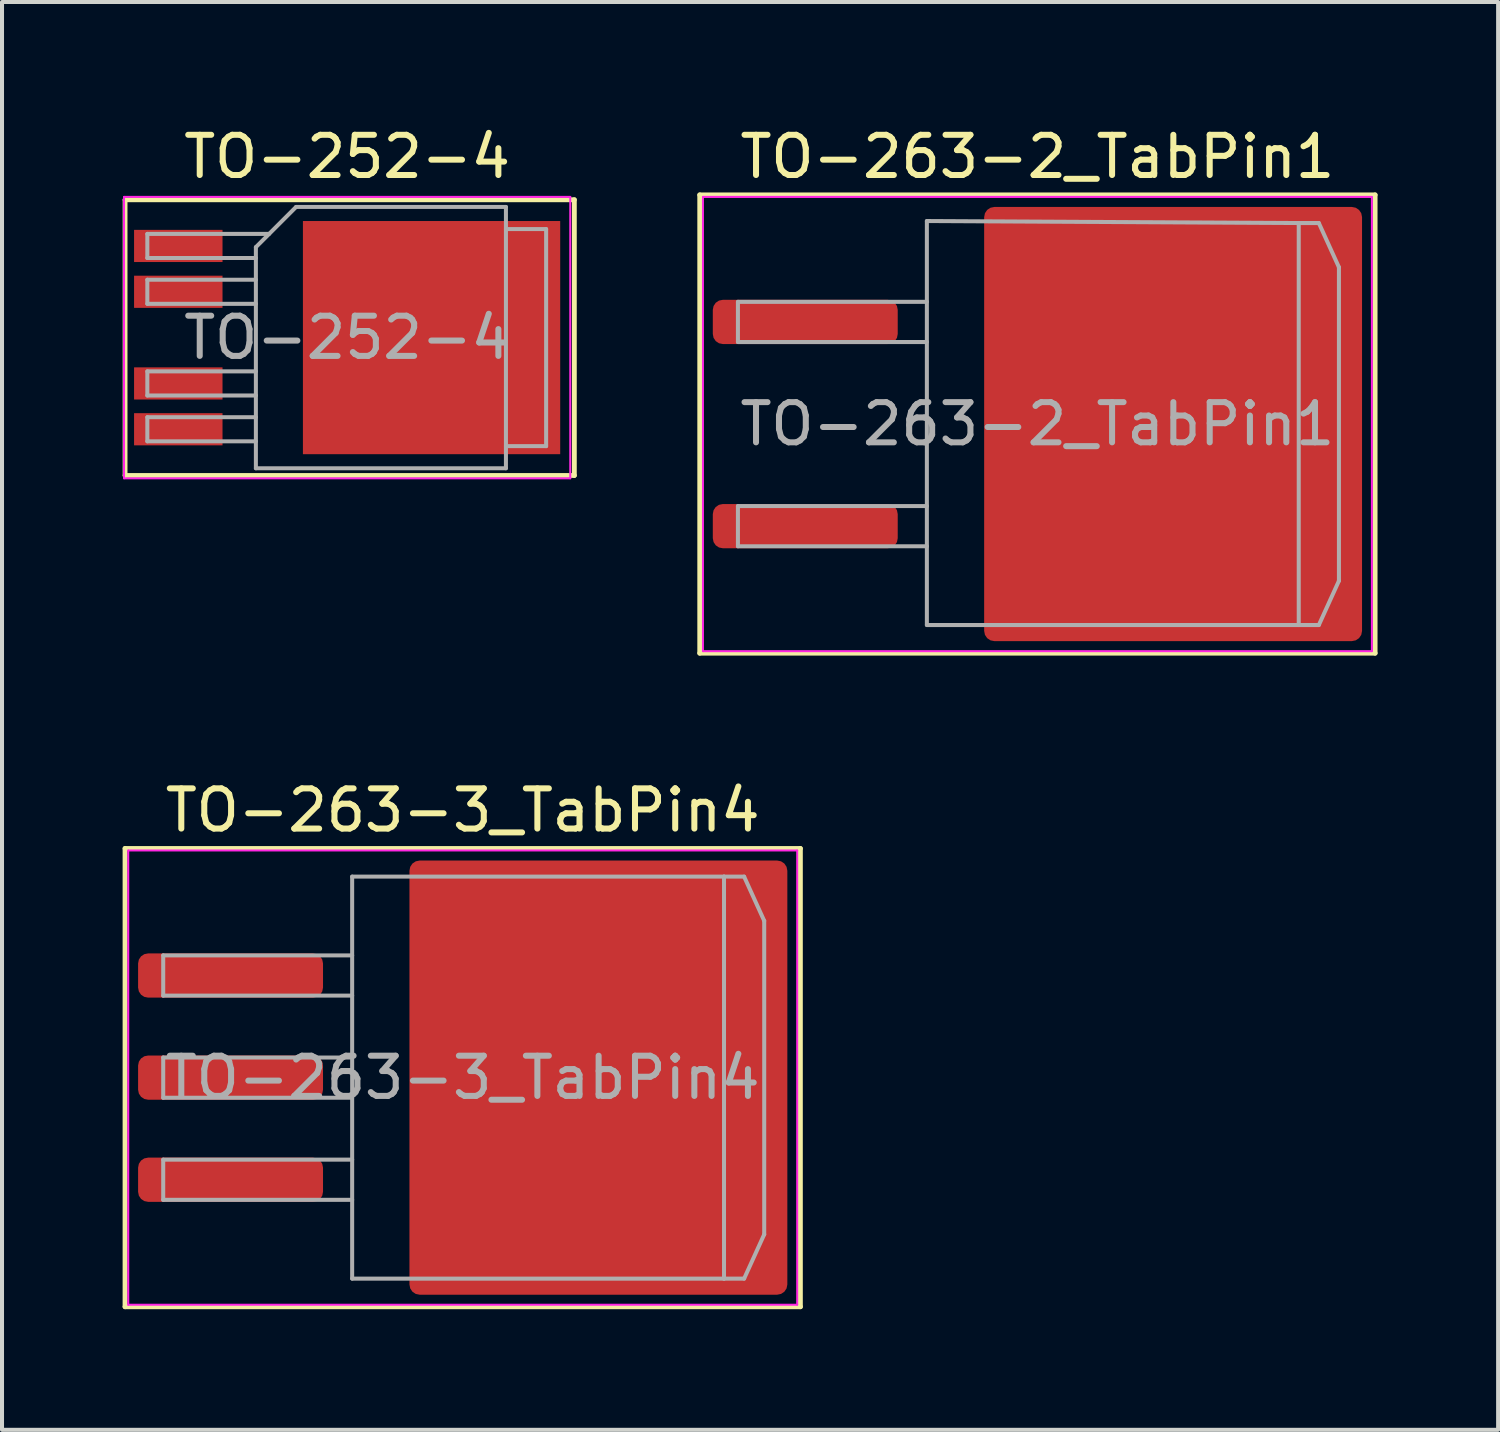
<source format=kicad_pcb>
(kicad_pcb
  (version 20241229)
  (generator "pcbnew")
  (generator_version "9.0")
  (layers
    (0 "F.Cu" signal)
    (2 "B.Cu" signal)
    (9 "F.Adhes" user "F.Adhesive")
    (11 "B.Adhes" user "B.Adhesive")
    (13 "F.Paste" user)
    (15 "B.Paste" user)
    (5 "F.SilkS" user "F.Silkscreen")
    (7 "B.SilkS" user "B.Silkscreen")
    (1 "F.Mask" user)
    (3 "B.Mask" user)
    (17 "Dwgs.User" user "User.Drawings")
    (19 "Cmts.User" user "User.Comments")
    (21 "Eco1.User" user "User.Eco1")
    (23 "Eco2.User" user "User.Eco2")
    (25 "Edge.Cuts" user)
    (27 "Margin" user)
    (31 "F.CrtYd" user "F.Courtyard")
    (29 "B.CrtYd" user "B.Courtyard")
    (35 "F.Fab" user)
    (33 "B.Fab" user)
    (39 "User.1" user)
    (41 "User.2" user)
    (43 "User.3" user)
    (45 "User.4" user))
  (footprint "TO-263-3_TabPin4"
    (layer "F.Cu")
    (at 8.46 23.756)
    (property "Reference" "TO-263-3_TabPin4" (at 0 -6.65 0) (layer "F.SilkS") (effects (font (size 1 1) (thickness 0.15))))
    (attr smd)
    (fp_line (start -8.4 -5.7) (end -8.4 5.7) (stroke (width 0.12) (type solid)) (layer "F.SilkS"))
    (fp_line (start -8.4 5.7) (end 8.4 5.7) (stroke (width 0.12) (type solid)) (layer "F.SilkS"))
    (fp_line (start 8.4 -5.7) (end -8.4 -5.7) (stroke (width 0.12) (type solid)) (layer "F.SilkS"))
    (fp_line (start 8.4 5.7) (end 8.4 -5.7) (stroke (width 0.12) (type solid)) (layer "F.SilkS"))
    (fp_line (start -8.32 -5.65) (end -8.32 5.65) (stroke (width 0.05) (type solid)) (layer "F.CrtYd"))
    (fp_line (start -8.32 5.65) (end 8.32 5.65) (stroke (width 0.05) (type solid)) (layer "F.CrtYd"))
    (fp_line (start 8.32 -5.65) (end -8.32 -5.65) (stroke (width 0.05) (type solid)) (layer "F.CrtYd"))
    (fp_line (start 8.32 5.65) (end 8.32 -5.65) (stroke (width 0.05) (type solid)) (layer "F.CrtYd"))
    (fp_line (start -7.45 -3.04) (end -7.45 -2.04) (stroke (width 0.1) (type solid)) (layer "F.Fab"))
    (fp_line (start -7.45 -2.04) (end -2.75 -2.04) (stroke (width 0.1) (type solid)) (layer "F.Fab"))
    (fp_line (start -7.45 -0.5) (end -7.45 0.5) (stroke (width 0.1) (type solid)) (layer "F.Fab"))
    (fp_line (start -7.45 0.5) (end -2.75 0.5) (stroke (width 0.1) (type solid)) (layer "F.Fab"))
    (fp_line (start -7.45 2.04) (end -7.45 3.04) (stroke (width 0.1) (type solid)) (layer "F.Fab"))
    (fp_line (start -7.45 3.04) (end -2.75 3.04) (stroke (width 0.1) (type solid)) (layer "F.Fab"))
    (fp_line (start -2.75 -5) (end 6.5 -5) (stroke (width 0.1) (type solid)) (layer "F.Fab"))
    (fp_line (start -2.75 -3.04) (end -7.45 -3.04) (stroke (width 0.1) (type solid)) (layer "F.Fab"))
    (fp_line (start -2.75 -0.5) (end -7.45 -0.5) (stroke (width 0.1) (type solid)) (layer "F.Fab"))
    (fp_line (start -2.75 2.04) (end -7.45 2.04) (stroke (width 0.1) (type solid)) (layer "F.Fab"))
    (fp_line (start -2.75 5) (end -2.75 -5) (stroke (width 0.1) (type solid)) (layer "F.Fab"))
    (fp_line (start 6.5 -5) (end 6.5 5) (stroke (width 0.1) (type solid)) (layer "F.Fab"))
    (fp_line (start 6.5 -5) (end 7 -5) (stroke (width 0.1) (type solid)) (layer "F.Fab"))
    (fp_line (start 6.5 5) (end -2.75 5) (stroke (width 0.1) (type solid)) (layer "F.Fab"))
    (fp_line (start 6.5 5) (end 7 5) (stroke (width 0.1) (type solid)) (layer "F.Fab"))
    (fp_line (start 7 -5) (end 7.5 -3.9) (stroke (width 0.1) (type solid)) (layer "F.Fab"))
    (fp_line (start 7 5) (end 7.5 3.9) (stroke (width 0.1) (type solid)) (layer "F.Fab"))
    (fp_line (start 7.5 -3.9) (end 7.5 3.9) (stroke (width 0.1) (type solid)) (layer "F.Fab"))
    (fp_text user "${REFERENCE}" (at 0 0 0) (layer "F.Fab") (effects (font (size 1 1) (thickness 0.15))))
    (pad "" smd roundrect (at -0.1 -3.9) (size 2 2.3) (layers "F.Paste") (roundrect_rratio 0.125))
    (pad "" smd roundrect (at -0.1 -1.3) (size 2 2.3) (layers "F.Paste") (roundrect_rratio 0.125))
    (pad "" smd roundrect (at -0.1 1.3) (size 2 2.3) (layers "F.Paste") (roundrect_rratio 0.125))
    (pad "" smd roundrect (at -0.1 3.9) (size 2 2.3) (layers "F.Paste") (roundrect_rratio 0.125))
    (pad "" smd roundrect (at 2.2 -3.9) (size 2 2.3) (layers "F.Paste") (roundrect_rratio 0.125))
    (pad "" smd roundrect (at 2.2 -1.3) (size 2 2.3) (layers "F.Paste") (roundrect_rratio 0.125))
    (pad "" smd roundrect (at 2.2 1.3) (size 2 2.3) (layers "F.Paste") (roundrect_rratio 0.125))
    (pad "" smd roundrect (at 2.2 3.9) (size 2 2.3) (layers "F.Paste") (roundrect_rratio 0.125))
    (pad "" smd roundrect (at 4.5 -3.9) (size 2 2.3) (layers "F.Paste") (roundrect_rratio 0.125))
    (pad "" smd roundrect (at 4.5 -1.3) (size 2 2.3) (layers "F.Paste") (roundrect_rratio 0.125))
    (pad "" smd roundrect (at 4.5 1.3) (size 2 2.3) (layers "F.Paste") (roundrect_rratio 0.125))
    (pad "" smd roundrect (at 4.5 3.9) (size 2 2.3) (layers "F.Paste") (roundrect_rratio 0.125))
    (pad "" smd roundrect (at 6.8 -3.9) (size 2 2.3) (layers "F.Paste") (roundrect_rratio 0.125))
    (pad "" smd roundrect (at 6.8 -1.3) (size 2 2.3) (layers "F.Paste") (roundrect_rratio 0.125))
    (pad "" smd roundrect (at 6.8 1.3) (size 2 2.3) (layers "F.Paste") (roundrect_rratio 0.125))
    (pad "" smd roundrect (at 6.8 3.9) (size 2 2.3) (layers "F.Paste") (roundrect_rratio 0.125))
    (pad "1" smd roundrect (at -5.775 -2.54) (size 4.6 1.1) (layers "F.Cu" "F.Mask" "F.Paste") (roundrect_rratio 0.227))
    (pad "2" smd roundrect (at -5.775 0) (size 4.6 1.1) (layers "F.Cu" "F.Mask" "F.Paste") (roundrect_rratio 0.227))
    (pad "3" smd roundrect (at -5.775 2.54) (size 4.6 1.1) (layers "F.Cu" "F.Mask" "F.Paste") (roundrect_rratio 0.227))
    (pad "4" smd roundrect (at 3.375 0) (size 9.4 10.8) (layers "F.Cu" "F.Mask") (roundrect_rratio 0.027)))
  (footprint "TO-252-4"
    (layer "F.Cu")
    (at 5.585 5.348)
    (property "Reference" "TO-252-4" (at 0 -4.5 0) (layer "F.SilkS") (effects (font (size 1 1) (thickness 0.15))))
    (attr smd)
    (fp_line (start -5.524 -3.429) (end -5.524 3.429) (stroke (width 0.12) (type solid)) (layer "F.SilkS"))
    (fp_line (start -5.524 3.429) (end 5.652 3.429) (stroke (width 0.12) (type solid)) (layer "F.SilkS"))
    (fp_line (start 5.652 -3.429) (end -5.524 -3.429) (stroke (width 0.12) (type solid)) (layer "F.SilkS"))
    (fp_line (start 5.652 3.429) (end 5.652 -3.429) (stroke (width 0.12) (type solid)) (layer "F.SilkS"))
    (fp_line (start -5.55 -3.5) (end -5.55 3.5) (stroke (width 0.05) (type solid)) (layer "F.CrtYd"))
    (fp_line (start -5.55 3.5) (end 5.55 3.5) (stroke (width 0.05) (type solid)) (layer "F.CrtYd"))
    (fp_line (start 5.55 -3.5) (end -5.55 -3.5) (stroke (width 0.05) (type solid)) (layer "F.CrtYd"))
    (fp_line (start 5.55 3.5) (end 5.55 -3.5) (stroke (width 0.05) (type solid)) (layer "F.CrtYd"))
    (fp_line (start -4.97 -2.58) (end -4.97 -1.98) (stroke (width 0.1) (type solid)) (layer "F.Fab"))
    (fp_line (start -4.97 -1.98) (end -2.27 -1.98) (stroke (width 0.1) (type solid)) (layer "F.Fab"))
    (fp_line (start -4.97 -1.44) (end -4.97 -0.84) (stroke (width 0.1) (type solid)) (layer "F.Fab"))
    (fp_line (start -4.97 -0.84) (end -2.27 -0.84) (stroke (width 0.1) (type solid)) (layer "F.Fab"))
    (fp_line (start -4.97 0.84) (end -4.97 1.44) (stroke (width 0.1) (type solid)) (layer "F.Fab"))
    (fp_line (start -4.97 1.44) (end -2.27 1.44) (stroke (width 0.1) (type solid)) (layer "F.Fab"))
    (fp_line (start -4.97 1.98) (end -4.97 2.58) (stroke (width 0.1) (type solid)) (layer "F.Fab"))
    (fp_line (start -4.97 2.58) (end -2.27 2.58) (stroke (width 0.1) (type solid)) (layer "F.Fab"))
    (fp_line (start -2.27 -2.25) (end -1.27 -3.25) (stroke (width 0.1) (type solid)) (layer "F.Fab"))
    (fp_line (start -2.27 -1.44) (end -4.97 -1.44) (stroke (width 0.1) (type solid)) (layer "F.Fab"))
    (fp_line (start -2.27 0.84) (end -4.97 0.84) (stroke (width 0.1) (type solid)) (layer "F.Fab"))
    (fp_line (start -2.27 1.98) (end -4.97 1.98) (stroke (width 0.1) (type solid)) (layer "F.Fab"))
    (fp_line (start -2.27 3.25) (end -2.27 -2.25) (stroke (width 0.1) (type solid)) (layer "F.Fab"))
    (fp_line (start -1.94 -2.58) (end -4.97 -2.58) (stroke (width 0.1) (type solid)) (layer "F.Fab"))
    (fp_line (start -1.27 -3.25) (end 3.95 -3.25) (stroke (width 0.1) (type solid)) (layer "F.Fab"))
    (fp_line (start 3.95 -3.25) (end 3.95 3.25) (stroke (width 0.1) (type solid)) (layer "F.Fab"))
    (fp_line (start 3.95 -2.7) (end 4.95 -2.7) (stroke (width 0.1) (type solid)) (layer "F.Fab"))
    (fp_line (start 3.95 3.25) (end -2.27 3.25) (stroke (width 0.1) (type solid)) (layer "F.Fab"))
    (fp_line (start 4.95 -2.7) (end 4.95 2.7) (stroke (width 0.1) (type solid)) (layer "F.Fab"))
    (fp_line (start 4.95 2.7) (end 3.95 2.7) (stroke (width 0.1) (type solid)) (layer "F.Fab"))
    (fp_text user "${REFERENCE}" (at 0 0 0) (layer "F.Fab") (effects (font (size 1 1) (thickness 0.15))))
    (pad "" smd rect (at 0.425 -1.525) (size 3.05 2.75) (layers "F.Paste"))
    (pad "" smd rect (at 0.425 1.525) (size 3.05 2.75) (layers "F.Paste"))
    (pad "" smd rect (at 3.775 -1.525) (size 3.05 2.75) (layers "F.Paste"))
    (pad "" smd rect (at 3.775 1.525) (size 3.05 2.75) (layers "F.Paste"))
    (pad "1" smd rect (at -4.2 -2.28) (size 2.2 0.8) (layers "F.Cu" "F.Mask" "F.Paste"))
    (pad "2" smd rect (at -4.2 -1.14) (size 2.2 0.8) (layers "F.Cu" "F.Mask" "F.Paste"))
    (pad "3" smd rect (at 2.1 0) (size 6.4 5.8) (layers "F.Cu" "F.Mask"))
    (pad "4" smd rect (at -4.2 1.14) (size 2.2 0.8) (layers "F.Cu" "F.Mask" "F.Paste"))
    (pad "5" smd rect (at -4.2 2.28) (size 2.2 0.8) (layers "F.Cu" "F.Mask" "F.Paste")))
  (footprint "TO-263-2_TabPin1"
    (layer "F.Cu")
    (at 22.756 7.498)
    (property "Reference" "TO-263-2_TabPin1" (at 0 -6.65 0) (layer "F.SilkS") (effects (font (size 1 1) (thickness 0.15))))
    (attr smd)
    (fp_line (start -8.4 -5.7) (end -8.4 5.7) (stroke (width 0.12) (type solid)) (layer "F.SilkS"))
    (fp_line (start -8.4 5.7) (end 8.4 5.7) (stroke (width 0.12) (type solid)) (layer "F.SilkS"))
    (fp_line (start 8.4 -5.7) (end -8.4 -5.7) (stroke (width 0.12) (type solid)) (layer "F.SilkS"))
    (fp_line (start 8.4 5.7) (end 8.4 -5.7) (stroke (width 0.12) (type solid)) (layer "F.SilkS"))
    (fp_line (start -8.32 -5.65) (end -8.32 5.65) (stroke (width 0.05) (type solid)) (layer "F.CrtYd"))
    (fp_line (start -8.32 5.65) (end 8.32 5.65) (stroke (width 0.05) (type solid)) (layer "F.CrtYd"))
    (fp_line (start 8.32 -5.65) (end -8.32 -5.65) (stroke (width 0.05) (type solid)) (layer "F.CrtYd"))
    (fp_line (start 8.32 5.65) (end 8.32 -5.65) (stroke (width 0.05) (type solid)) (layer "F.CrtYd"))
    (fp_line (start -7.45 -3.04) (end -7.45 -2.04) (stroke (width 0.1) (type solid)) (layer "F.Fab"))
    (fp_line (start -7.45 -2.04) (end -2.75 -2.04) (stroke (width 0.1) (type solid)) (layer "F.Fab"))
    (fp_line (start -7.45 2.04) (end -7.45 3.04) (stroke (width 0.1) (type solid)) (layer "F.Fab"))
    (fp_line (start -7.45 3.04) (end -2.75 3.04) (stroke (width 0.1) (type solid)) (layer "F.Fab"))
    (fp_line (start -2.75 -5.05) (end 6.5 -5) (stroke (width 0.1) (type solid)) (layer "F.Fab"))
    (fp_line (start -2.75 -3.04) (end -7.45 -3.04) (stroke (width 0.1) (type solid)) (layer "F.Fab"))
    (fp_line (start -2.75 2.04) (end -7.45 2.04) (stroke (width 0.1) (type solid)) (layer "F.Fab"))
    (fp_line (start -2.75 5) (end -2.75 -5.05) (stroke (width 0.1) (type solid)) (layer "F.Fab"))
    (fp_line (start 6.5 -5) (end 6.5 5) (stroke (width 0.1) (type solid)) (layer "F.Fab"))
    (fp_line (start 6.5 -5) (end 7 -5) (stroke (width 0.1) (type solid)) (layer "F.Fab"))
    (fp_line (start 6.5 5) (end -2.75 5) (stroke (width 0.1) (type solid)) (layer "F.Fab"))
    (fp_line (start 6.5 5) (end 7 5) (stroke (width 0.1) (type solid)) (layer "F.Fab"))
    (fp_line (start 7 -5) (end 7.5 -3.9) (stroke (width 0.1) (type solid)) (layer "F.Fab"))
    (fp_line (start 7 5) (end 7.5 3.9) (stroke (width 0.1) (type solid)) (layer "F.Fab"))
    (fp_line (start 7.5 -3.9) (end 7.5 3.9) (stroke (width 0.1) (type solid)) (layer "F.Fab"))
    (fp_text user "${REFERENCE}" (at 0 0 0) (layer "F.Fab") (effects (font (size 1 1) (thickness 0.15))))
    (pad "" smd roundrect (at -0.1 -3.9) (size 2 2.3) (layers "F.Paste") (roundrect_rratio 0.125))
    (pad "" smd roundrect (at -0.1 -1.3) (size 2 2.3) (layers "F.Paste") (roundrect_rratio 0.125))
    (pad "" smd roundrect (at -0.1 1.3) (size 2 2.3) (layers "F.Paste") (roundrect_rratio 0.125))
    (pad "" smd roundrect (at -0.1 3.9) (size 2 2.3) (layers "F.Paste") (roundrect_rratio 0.125))
    (pad "" smd roundrect (at 2.2 -3.9) (size 2 2.3) (layers "F.Paste") (roundrect_rratio 0.125))
    (pad "" smd roundrect (at 2.2 -1.3) (size 2 2.3) (layers "F.Paste") (roundrect_rratio 0.125))
    (pad "" smd roundrect (at 2.2 1.3) (size 2 2.3) (layers "F.Paste") (roundrect_rratio 0.125))
    (pad "" smd roundrect (at 2.2 3.9) (size 2 2.3) (layers "F.Paste") (roundrect_rratio 0.125))
    (pad "" smd roundrect (at 4.5 -3.9) (size 2 2.3) (layers "F.Paste") (roundrect_rratio 0.125))
    (pad "" smd roundrect (at 4.5 -1.3) (size 2 2.3) (layers "F.Paste") (roundrect_rratio 0.125))
    (pad "" smd roundrect (at 4.5 1.3) (size 2 2.3) (layers "F.Paste") (roundrect_rratio 0.125))
    (pad "" smd roundrect (at 4.5 3.9) (size 2 2.3) (layers "F.Paste") (roundrect_rratio 0.125))
    (pad "" smd roundrect (at 6.8 -3.9) (size 2 2.3) (layers "F.Paste") (roundrect_rratio 0.125))
    (pad "" smd roundrect (at 6.8 -1.3) (size 2 2.3) (layers "F.Paste") (roundrect_rratio 0.125))
    (pad "" smd roundrect (at 6.8 1.3) (size 2 2.3) (layers "F.Paste") (roundrect_rratio 0.125))
    (pad "" smd roundrect (at 6.8 3.9) (size 2 2.3) (layers "F.Paste") (roundrect_rratio 0.125))
    (pad "1" smd roundrect (at -5.775 -2.54) (size 4.6 1.1) (layers "F.Cu" "F.Mask" "F.Paste") (roundrect_rratio 0.227))
    (pad "1" smd roundrect (at 3.375 0) (size 9.4 10.8) (layers "F.Cu" "F.Mask") (roundrect_rratio 0.027))
    (pad "2" smd roundrect (at -5.775 2.54) (size 4.6 1.1) (layers "F.Cu" "F.Mask" "F.Paste") (roundrect_rratio 0.227)))
  (gr_rect
    (start -3 -3)
    (end 34.216 32.517)
    (stroke (width 0.1) (type default))
    (fill no)
    (layer "Edge.Cuts")))
</source>
